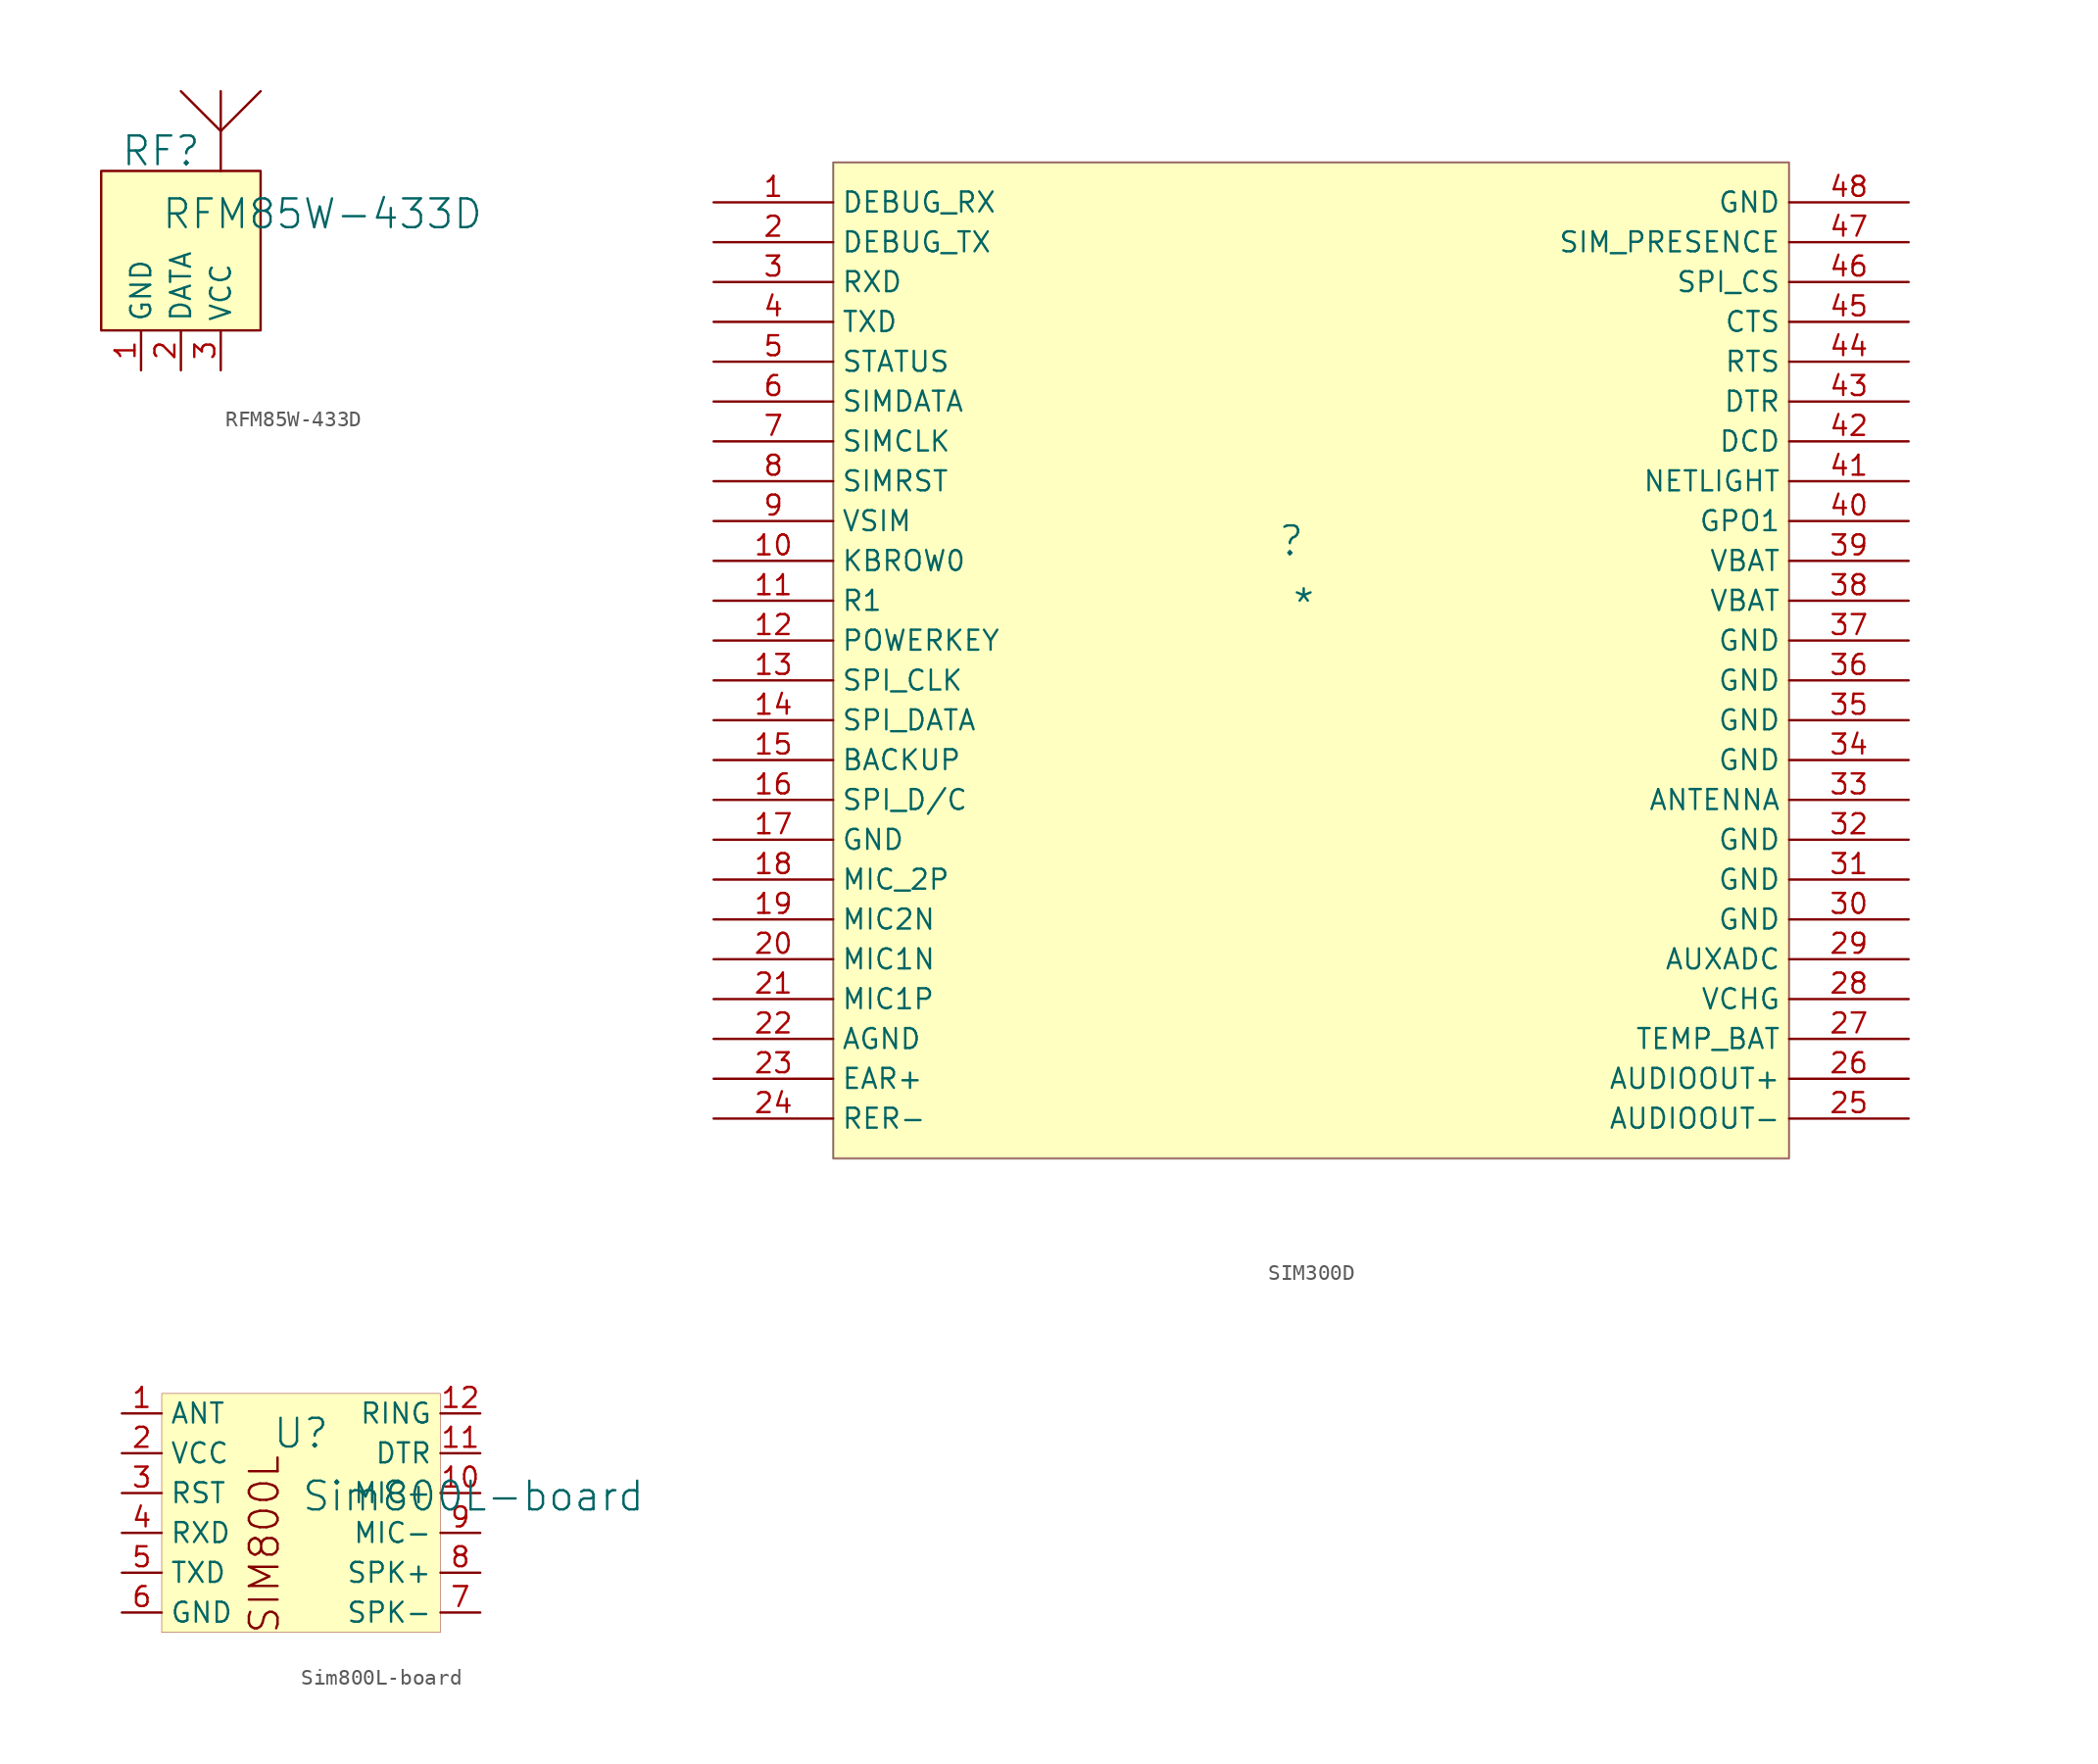
<source format=kicad_sym>
(kicad_symbol_lib
  (version 20241209)
  (generator "kicad_symbol_editor")
  (generator_version "9.0")
  (symbol "RFM85W-433D"
    (property "Reference" "RF"
      (at -1.27 1.27 0)
      (effects (font (size 1.829 1.829))))
    (property "Value" "RFM85W-433D"
      (at -1.27 -3.81 0)
      (effects (font (size 1.829 1.829)) (justify left bottom)))
    (symbol "RFM85W-433D_1_0"
      (polyline (pts (xy 0 5.08) (xy 2.54 2.54)) (stroke (width 0) (type solid)) (fill (type none)))
      (polyline (pts (xy 2.54 0) (xy 2.54 5.08)) (stroke (width 0) (type solid)) (fill (type none)))
      (polyline (pts (xy 5.08 5.08) (xy 2.54 2.54)) (stroke (width 0) (type solid)) (fill (type none)))
      (rectangle (start 5.08 0) (end -5.08 -10.16) (stroke (width 0) (type solid) (color 128 0 0 1)) (fill (type background)))
      (pin passive line (at -2.54 -12.7 90) (length 2.54) (name "GND" (effects (font (size 1.27 1.27)))) (number "1" (effects (font (size 1.27 1.27)))))
      (pin passive line (at 0 -12.7 90) (length 2.54) (name "DATA" (effects (font (size 1.27 1.27)))) (number "2" (effects (font (size 1.27 1.27)))))
      (pin passive line (at 2.54 -12.7 90) (length 2.54) (name "VCC" (effects (font (size 1.27 1.27)))) (number "3" (effects (font (size 1.27 1.27)))))))
  (symbol "SIM300D"
    (property "Reference" ""
      (at -1.27 1.27 0)
      (effects (font (size 1.829 1.829))))
    (property "Value" "*"
      (at -1.27 -3.81 0)
      (effects (font (size 1.829 1.829)) (justify left bottom)))
    (symbol "SIM300D_1_0"
      (polyline (pts (xy -30.48 -38.1) (xy -30.48 25.4) (xy 30.48 25.4) (xy 30.48 -38.1) (xy -30.48 -38.1)) (stroke (width 0) (type solid) (color 175 155 143 1)) (fill (type none)))
      (rectangle (start 30.48 25.4) (end -30.48 -38.1) (stroke (width 0.025) (type solid) (color 128 0 0 1)) (fill (type background)))
      (pin passive line (at -38.1 22.86 0) (length 7.62) (name "DEBUG_RX" (effects (font (size 1.27 1.27)))) (number "1" (effects (font (size 1.27 1.27)))))
      (pin passive line (at -38.1 20.32 0) (length 7.62) (name "DEBUG_TX" (effects (font (size 1.27 1.27)))) (number "2" (effects (font (size 1.27 1.27)))))
      (pin passive line (at -38.1 17.78 0) (length 7.62) (name "RXD" (effects (font (size 1.27 1.27)))) (number "3" (effects (font (size 1.27 1.27)))))
      (pin passive line (at -38.1 15.24 0) (length 7.62) (name "TXD" (effects (font (size 1.27 1.27)))) (number "4" (effects (font (size 1.27 1.27)))))
      (pin passive line (at -38.1 12.7 0) (length 7.62) (name "STATUS" (effects (font (size 1.27 1.27)))) (number "5" (effects (font (size 1.27 1.27)))))
      (pin passive line (at -38.1 10.16 0) (length 7.62) (name "SIMDATA" (effects (font (size 1.27 1.27)))) (number "6" (effects (font (size 1.27 1.27)))))
      (pin passive line (at -38.1 7.62 0) (length 7.62) (name "SIMCLK" (effects (font (size 1.27 1.27)))) (number "7" (effects (font (size 1.27 1.27)))))
      (pin passive line (at -38.1 5.08 0) (length 7.62) (name "SIMRST" (effects (font (size 1.27 1.27)))) (number "8" (effects (font (size 1.27 1.27)))))
      (pin passive line (at -38.1 2.54 0) (length 7.62) (name "VSIM" (effects (font (size 1.27 1.27)))) (number "9" (effects (font (size 1.27 1.27)))))
      (pin passive line (at -38.1 0 0) (length 7.62) (name "KBROW0" (effects (font (size 1.27 1.27)))) (number "10" (effects (font (size 1.27 1.27)))))
      (pin passive line (at -38.1 -2.54 0) (length 7.62) (name "R1" (effects (font (size 1.27 1.27)))) (number "11" (effects (font (size 1.27 1.27)))))
      (pin passive line (at -38.1 -5.08 0) (length 7.62) (name "POWERKEY" (effects (font (size 1.27 1.27)))) (number "12" (effects (font (size 1.27 1.27)))))
      (pin passive line (at -38.1 -7.62 0) (length 7.62) (name "SPI_CLK" (effects (font (size 1.27 1.27)))) (number "13" (effects (font (size 1.27 1.27)))))
      (pin passive line (at -38.1 -10.16 0) (length 7.62) (name "SPI_DATA" (effects (font (size 1.27 1.27)))) (number "14" (effects (font (size 1.27 1.27)))))
      (pin passive line (at -38.1 -12.7 0) (length 7.62) (name "BACKUP" (effects (font (size 1.27 1.27)))) (number "15" (effects (font (size 1.27 1.27)))))
      (pin passive line (at -38.1 -15.24 0) (length 7.62) (name "SPI_D/C" (effects (font (size 1.27 1.27)))) (number "16" (effects (font (size 1.27 1.27)))))
      (pin passive line (at -38.1 -17.78 0) (length 7.62) (name "GND" (effects (font (size 1.27 1.27)))) (number "17" (effects (font (size 1.27 1.27)))))
      (pin passive line (at -38.1 -20.32 0) (length 7.62) (name "MIC_2P" (effects (font (size 1.27 1.27)))) (number "18" (effects (font (size 1.27 1.27)))))
      (pin passive line (at -38.1 -22.86 0) (length 7.62) (name "MIC2N" (effects (font (size 1.27 1.27)))) (number "19" (effects (font (size 1.27 1.27)))))
      (pin passive line (at -38.1 -25.4 0) (length 7.62) (name "MIC1N" (effects (font (size 1.27 1.27)))) (number "20" (effects (font (size 1.27 1.27)))))
      (pin passive line (at -38.1 -27.94 0) (length 7.62) (name "MIC1P" (effects (font (size 1.27 1.27)))) (number "21" (effects (font (size 1.27 1.27)))))
      (pin passive line (at -38.1 -30.48 0) (length 7.62) (name "AGND" (effects (font (size 1.27 1.27)))) (number "22" (effects (font (size 1.27 1.27)))))
      (pin passive line (at -38.1 -33.02 0) (length 7.62) (name "EAR+" (effects (font (size 1.27 1.27)))) (number "23" (effects (font (size 1.27 1.27)))))
      (pin passive line (at -38.1 -35.56 0) (length 7.62) (name "RER-" (effects (font (size 1.27 1.27)))) (number "24" (effects (font (size 1.27 1.27)))))
      (pin passive line (at 38.1 22.86 180) (length 7.62) (name "GND" (effects (font (size 1.27 1.27)))) (number "48" (effects (font (size 1.27 1.27)))))
      (pin passive line (at 38.1 20.32 180) (length 7.62) (name "SIM_PRESENCE" (effects (font (size 1.27 1.27)))) (number "47" (effects (font (size 1.27 1.27)))))
      (pin passive line (at 38.1 17.78 180) (length 7.62) (name "SPI_CS" (effects (font (size 1.27 1.27)))) (number "46" (effects (font (size 1.27 1.27)))))
      (pin passive line (at 38.1 15.24 180) (length 7.62) (name "CTS" (effects (font (size 1.27 1.27)))) (number "45" (effects (font (size 1.27 1.27)))))
      (pin passive line (at 38.1 12.7 180) (length 7.62) (name "RTS" (effects (font (size 1.27 1.27)))) (number "44" (effects (font (size 1.27 1.27)))))
      (pin passive line (at 38.1 10.16 180) (length 7.62) (name "DTR" (effects (font (size 1.27 1.27)))) (number "43" (effects (font (size 1.27 1.27)))))
      (pin passive line (at 38.1 7.62 180) (length 7.62) (name "DCD" (effects (font (size 1.27 1.27)))) (number "42" (effects (font (size 1.27 1.27)))))
      (pin passive line (at 38.1 5.08 180) (length 7.62) (name "NETLIGHT" (effects (font (size 1.27 1.27)))) (number "41" (effects (font (size 1.27 1.27)))))
      (pin passive line (at 38.1 2.54 180) (length 7.62) (name "GPO1" (effects (font (size 1.27 1.27)))) (number "40" (effects (font (size 1.27 1.27)))))
      (pin passive line (at 38.1 0 180) (length 7.62) (name "VBAT" (effects (font (size 1.27 1.27)))) (number "39" (effects (font (size 1.27 1.27)))))
      (pin passive line (at 38.1 -2.54 180) (length 7.62) (name "VBAT" (effects (font (size 1.27 1.27)))) (number "38" (effects (font (size 1.27 1.27)))))
      (pin passive line (at 38.1 -5.08 180) (length 7.62) (name "GND" (effects (font (size 1.27 1.27)))) (number "37" (effects (font (size 1.27 1.27)))))
      (pin passive line (at 38.1 -7.62 180) (length 7.62) (name "GND" (effects (font (size 1.27 1.27)))) (number "36" (effects (font (size 1.27 1.27)))))
      (pin passive line (at 38.1 -10.16 180) (length 7.62) (name "GND" (effects (font (size 1.27 1.27)))) (number "35" (effects (font (size 1.27 1.27)))))
      (pin passive line (at 38.1 -12.7 180) (length 7.62) (name "GND" (effects (font (size 1.27 1.27)))) (number "34" (effects (font (size 1.27 1.27)))))
      (pin passive line (at 38.1 -15.24 180) (length 7.62) (name "ANTENNA" (effects (font (size 1.27 1.27)))) (number "33" (effects (font (size 1.27 1.27)))))
      (pin passive line (at 38.1 -17.78 180) (length 7.62) (name "GND" (effects (font (size 1.27 1.27)))) (number "32" (effects (font (size 1.27 1.27)))))
      (pin passive line (at 38.1 -20.32 180) (length 7.62) (name "GND" (effects (font (size 1.27 1.27)))) (number "31" (effects (font (size 1.27 1.27)))))
      (pin passive line (at 38.1 -22.86 180) (length 7.62) (name "GND" (effects (font (size 1.27 1.27)))) (number "30" (effects (font (size 1.27 1.27)))))
      (pin passive line (at 38.1 -25.4 180) (length 7.62) (name "AUXADC" (effects (font (size 1.27 1.27)))) (number "29" (effects (font (size 1.27 1.27)))))
      (pin passive line (at 38.1 -27.94 180) (length 7.62) (name "VCHG" (effects (font (size 1.27 1.27)))) (number "28" (effects (font (size 1.27 1.27)))))
      (pin passive line (at 38.1 -30.48 180) (length 7.62) (name "TEMP_BAT" (effects (font (size 1.27 1.27)))) (number "27" (effects (font (size 1.27 1.27)))))
      (pin passive line (at 38.1 -33.02 180) (length 7.62) (name "AUDIOOUT+" (effects (font (size 1.27 1.27)))) (number "26" (effects (font (size 1.27 1.27)))))
      (pin passive line (at 38.1 -35.56 180) (length 7.62) (name "AUDIOOUT-" (effects (font (size 1.27 1.27)))) (number "25" (effects (font (size 1.27 1.27)))))))
  (symbol "Sim800L-board"
    (property "Reference" "U"
      (at -1.27 1.27 0)
      (effects (font (size 1.829 1.829))))
    (property "Value" "Sim800L-board"
      (at -1.27 -3.81 0)
      (effects (font (size 1.829 1.829)) (justify left bottom)))
    (symbol "Sim800L-board_1_0"
      (rectangle (start 7.62 3.81) (end -10.16 -11.43) (stroke (width 0.025) (type solid) (color 128 0 0 1)) (fill (type background)))
      (text "SIM800L" (at -2.54 0 900) (effects (font (size 1.829 1.829)) (justify right bottom)))
      (pin passive line (at -12.7 2.54 0) (length 2.54) (name "ANT" (effects (font (size 1.27 1.27)))) (number "1" (effects (font (size 1.27 1.27)))))
      (pin passive line (at -12.7 0 0) (length 2.54) (name "VCC" (effects (font (size 1.27 1.27)))) (number "2" (effects (font (size 1.27 1.27)))))
      (pin passive line (at -12.7 -2.54 0) (length 2.54) (name "RST" (effects (font (size 1.27 1.27)))) (number "3" (effects (font (size 1.27 1.27)))))
      (pin passive line (at -12.7 -5.08 0) (length 2.54) (name "RXD" (effects (font (size 1.27 1.27)))) (number "4" (effects (font (size 1.27 1.27)))))
      (pin passive line (at -12.7 -7.62 0) (length 2.54) (name "TXD" (effects (font (size 1.27 1.27)))) (number "5" (effects (font (size 1.27 1.27)))))
      (pin passive line (at -12.7 -10.16 0) (length 2.54) (name "GND" (effects (font (size 1.27 1.27)))) (number "6" (effects (font (size 1.27 1.27)))))
      (pin passive line (at 10.16 2.54 180) (length 2.54) (name "RING" (effects (font (size 1.27 1.27)))) (number "12" (effects (font (size 1.27 1.27)))))
      (pin passive line (at 10.16 0 180) (length 2.54) (name "DTR" (effects (font (size 1.27 1.27)))) (number "11" (effects (font (size 1.27 1.27)))))
      (pin passive line (at 10.16 -2.54 180) (length 2.54) (name "MIC+" (effects (font (size 1.27 1.27)))) (number "10" (effects (font (size 1.27 1.27)))))
      (pin passive line (at 10.16 -5.08 180) (length 2.54) (name "MIC-" (effects (font (size 1.27 1.27)))) (number "9" (effects (font (size 1.27 1.27)))))
      (pin passive line (at 10.16 -7.62 180) (length 2.54) (name "SPK+" (effects (font (size 1.27 1.27)))) (number "8" (effects (font (size 1.27 1.27)))))
      (pin passive line (at 10.16 -10.16 180) (length 2.54) (name "SPK-" (effects (font (size 1.27 1.27)))) (number "7" (effects (font (size 1.27 1.27))))))))
</source>
